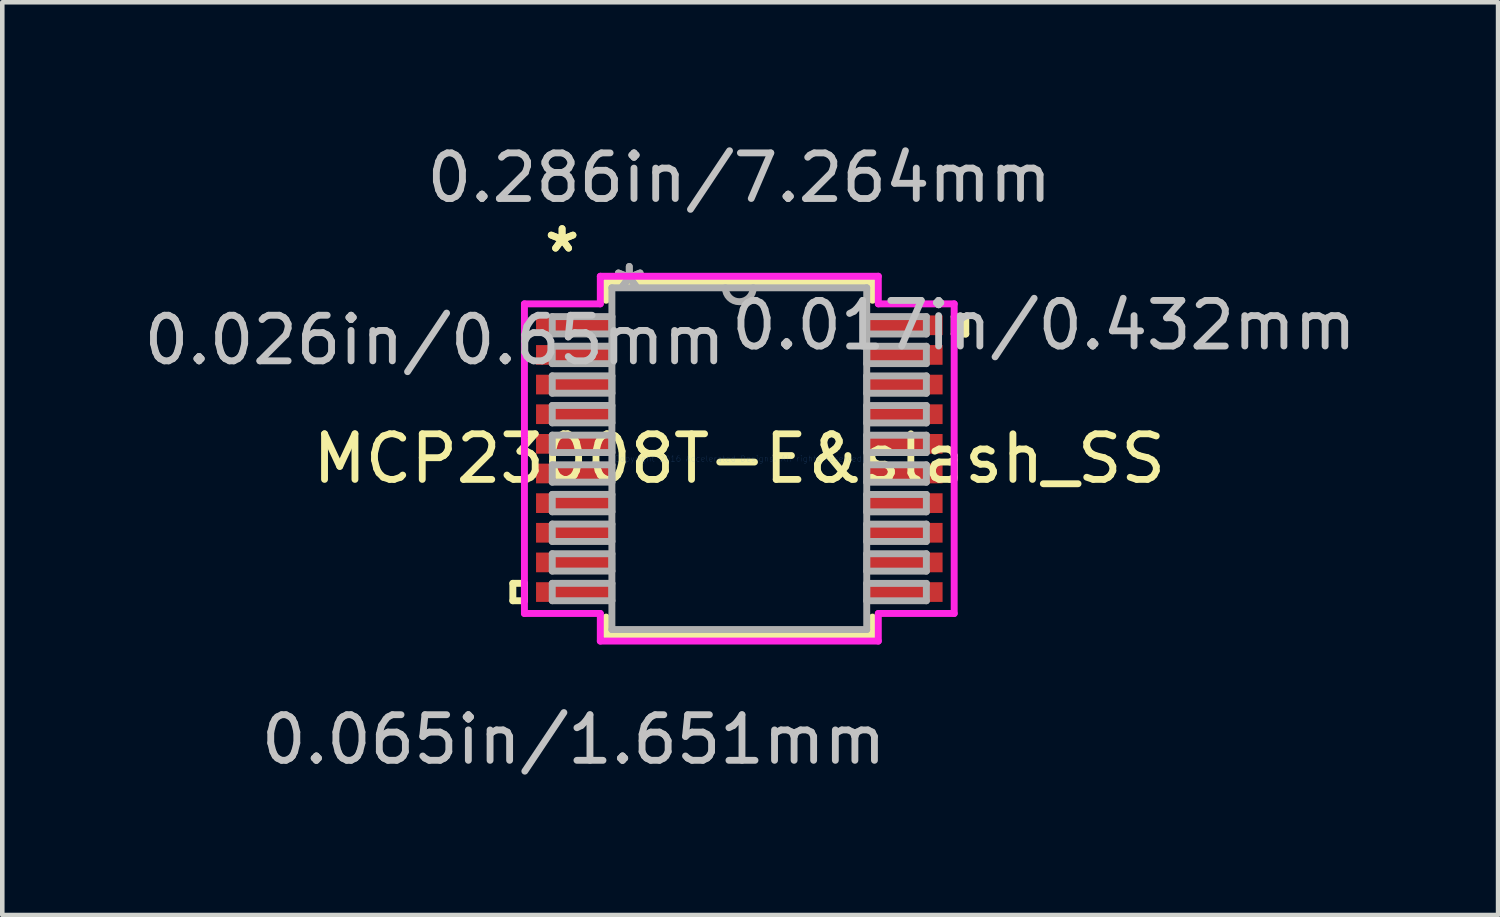
<source format=kicad_pcb>
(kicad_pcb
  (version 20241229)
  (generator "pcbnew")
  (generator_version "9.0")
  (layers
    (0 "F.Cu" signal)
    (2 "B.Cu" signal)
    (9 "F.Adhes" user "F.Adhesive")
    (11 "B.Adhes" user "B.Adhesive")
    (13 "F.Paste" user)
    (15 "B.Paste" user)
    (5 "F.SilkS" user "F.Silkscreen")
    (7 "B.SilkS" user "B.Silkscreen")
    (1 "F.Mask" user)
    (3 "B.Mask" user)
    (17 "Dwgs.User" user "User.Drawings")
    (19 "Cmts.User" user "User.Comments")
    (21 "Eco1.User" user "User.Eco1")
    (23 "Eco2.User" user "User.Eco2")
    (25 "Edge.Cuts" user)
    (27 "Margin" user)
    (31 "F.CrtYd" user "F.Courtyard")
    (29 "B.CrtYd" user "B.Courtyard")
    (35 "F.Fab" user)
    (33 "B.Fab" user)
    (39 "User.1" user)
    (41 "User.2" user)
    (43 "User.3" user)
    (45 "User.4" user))
  (footprint "MCP23008T-E&slash_SS"
    (layer "F.Cu")
    (at 13.162 7.008)
    (property "Reference" "MCP23008T-E&slash_SS" (at 0 0 0) (layer "F.SilkS") (effects (font (size 1 1) (thickness 0.15))))
    (attr through_hole)
    (fp_line (start -4.966 2.734) (end -4.966 3.115) (stroke (width 0.152) (type solid)) (layer "F.SilkS"))
    (fp_line (start -4.966 3.115) (end -4.712 3.115) (stroke (width 0.152) (type solid)) (layer "F.SilkS"))
    (fp_line (start -4.712 2.734) (end -4.966 2.734) (stroke (width 0.152) (type solid)) (layer "F.SilkS"))
    (fp_line (start -4.712 3.115) (end -4.712 2.734) (stroke (width 0.152) (type solid)) (layer "F.SilkS"))
    (fp_line (start -2.921 -3.873) (end -2.921 -3.474) (stroke (width 0.152) (type solid)) (layer "F.SilkS"))
    (fp_line (start -2.921 3.474) (end -2.921 3.873) (stroke (width 0.152) (type solid)) (layer "F.SilkS"))
    (fp_line (start -2.921 3.873) (end 2.921 3.873) (stroke (width 0.152) (type solid)) (layer "F.SilkS"))
    (fp_line (start 2.921 -3.873) (end -2.921 -3.873) (stroke (width 0.152) (type solid)) (layer "F.SilkS"))
    (fp_line (start 2.921 -3.474) (end 2.921 -3.873) (stroke (width 0.152) (type solid)) (layer "F.SilkS"))
    (fp_line (start 2.921 3.873) (end 2.921 3.474) (stroke (width 0.152) (type solid)) (layer "F.SilkS"))
    (fp_line (start 4.712 -3.115) (end 4.966 -3.115) (stroke (width 0.152) (type solid)) (layer "F.SilkS"))
    (fp_line (start 4.712 -2.734) (end 4.712 -3.115) (stroke (width 0.152) (type solid)) (layer "F.SilkS"))
    (fp_line (start 4.966 -3.115) (end 4.966 -2.734) (stroke (width 0.152) (type solid)) (layer "F.SilkS"))
    (fp_line (start 4.966 -2.734) (end 4.712 -2.734) (stroke (width 0.152) (type solid)) (layer "F.SilkS"))
    (fp_line (start -4.712 -3.395) (end -3.048 -3.395) (stroke (width 0.152) (type solid)) (layer "F.CrtYd"))
    (fp_line (start -4.712 3.395) (end -4.712 -3.395) (stroke (width 0.152) (type solid)) (layer "F.CrtYd"))
    (fp_line (start -3.048 -4) (end 3.048 -4) (stroke (width 0.152) (type solid)) (layer "F.CrtYd"))
    (fp_line (start -3.048 -3.395) (end -3.048 -4) (stroke (width 0.152) (type solid)) (layer "F.CrtYd"))
    (fp_line (start -3.048 3.395) (end -4.712 3.395) (stroke (width 0.152) (type solid)) (layer "F.CrtYd"))
    (fp_line (start -3.048 4) (end -3.048 3.395) (stroke (width 0.152) (type solid)) (layer "F.CrtYd"))
    (fp_line (start 3.048 -4) (end 3.048 -3.395) (stroke (width 0.152) (type solid)) (layer "F.CrtYd"))
    (fp_line (start 3.048 -3.395) (end 4.712 -3.395) (stroke (width 0.152) (type solid)) (layer "F.CrtYd"))
    (fp_line (start 3.048 3.395) (end 3.048 4) (stroke (width 0.152) (type solid)) (layer "F.CrtYd"))
    (fp_line (start 3.048 4) (end -3.048 4) (stroke (width 0.152) (type solid)) (layer "F.CrtYd"))
    (fp_line (start 4.712 -3.395) (end 4.712 3.395) (stroke (width 0.152) (type solid)) (layer "F.CrtYd"))
    (fp_line (start 4.712 3.395) (end 3.048 3.395) (stroke (width 0.152) (type solid)) (layer "F.CrtYd"))
    (fp_line (start -4.102 -3.116) (end -4.102 -2.735) (stroke (width 0.152) (type solid)) (layer "F.Fab"))
    (fp_line (start -4.102 -2.735) (end -2.794 -2.735) (stroke (width 0.152) (type solid)) (layer "F.Fab"))
    (fp_line (start -4.102 -2.466) (end -4.102 -2.084) (stroke (width 0.152) (type solid)) (layer "F.Fab"))
    (fp_line (start -4.102 -2.084) (end -2.794 -2.084) (stroke (width 0.152) (type solid)) (layer "F.Fab"))
    (fp_line (start -4.102 -1.816) (end -4.102 -1.435) (stroke (width 0.152) (type solid)) (layer "F.Fab"))
    (fp_line (start -4.102 -1.435) (end -2.794 -1.435) (stroke (width 0.152) (type solid)) (layer "F.Fab"))
    (fp_line (start -4.102 -1.166) (end -4.102 -0.785) (stroke (width 0.152) (type solid)) (layer "F.Fab"))
    (fp_line (start -4.102 -0.785) (end -2.794 -0.785) (stroke (width 0.152) (type solid)) (layer "F.Fab"))
    (fp_line (start -4.102 -0.516) (end -4.102 -0.135) (stroke (width 0.152) (type solid)) (layer "F.Fab"))
    (fp_line (start -4.102 -0.135) (end -2.794 -0.135) (stroke (width 0.152) (type solid)) (layer "F.Fab"))
    (fp_line (start -4.102 0.134) (end -4.102 0.515) (stroke (width 0.152) (type solid)) (layer "F.Fab"))
    (fp_line (start -4.102 0.515) (end -2.794 0.515) (stroke (width 0.152) (type solid)) (layer "F.Fab"))
    (fp_line (start -4.102 0.784) (end -4.102 1.165) (stroke (width 0.152) (type solid)) (layer "F.Fab"))
    (fp_line (start -4.102 1.165) (end -2.794 1.165) (stroke (width 0.152) (type solid)) (layer "F.Fab"))
    (fp_line (start -4.102 1.434) (end -4.102 1.815) (stroke (width 0.152) (type solid)) (layer "F.Fab"))
    (fp_line (start -4.102 1.815) (end -2.794 1.815) (stroke (width 0.152) (type solid)) (layer "F.Fab"))
    (fp_line (start -4.102 2.084) (end -4.102 2.465) (stroke (width 0.152) (type solid)) (layer "F.Fab"))
    (fp_line (start -4.102 2.465) (end -2.794 2.465) (stroke (width 0.152) (type solid)) (layer "F.Fab"))
    (fp_line (start -4.102 2.734) (end -4.102 3.115) (stroke (width 0.152) (type solid)) (layer "F.Fab"))
    (fp_line (start -4.102 3.115) (end -2.794 3.115) (stroke (width 0.152) (type solid)) (layer "F.Fab"))
    (fp_line (start -2.794 -3.747) (end -2.794 3.747) (stroke (width 0.152) (type solid)) (layer "F.Fab"))
    (fp_line (start -2.794 -3.116) (end -4.102 -3.116) (stroke (width 0.152) (type solid)) (layer "F.Fab"))
    (fp_line (start -2.794 -2.735) (end -2.794 -3.116) (stroke (width 0.152) (type solid)) (layer "F.Fab"))
    (fp_line (start -2.794 -2.466) (end -4.102 -2.466) (stroke (width 0.152) (type solid)) (layer "F.Fab"))
    (fp_line (start -2.794 -2.084) (end -2.794 -2.466) (stroke (width 0.152) (type solid)) (layer "F.Fab"))
    (fp_line (start -2.794 -1.816) (end -4.102 -1.816) (stroke (width 0.152) (type solid)) (layer "F.Fab"))
    (fp_line (start -2.794 -1.435) (end -2.794 -1.816) (stroke (width 0.152) (type solid)) (layer "F.Fab"))
    (fp_line (start -2.794 -1.166) (end -4.102 -1.166) (stroke (width 0.152) (type solid)) (layer "F.Fab"))
    (fp_line (start -2.794 -0.785) (end -2.794 -1.166) (stroke (width 0.152) (type solid)) (layer "F.Fab"))
    (fp_line (start -2.794 -0.516) (end -4.102 -0.516) (stroke (width 0.152) (type solid)) (layer "F.Fab"))
    (fp_line (start -2.794 -0.135) (end -2.794 -0.516) (stroke (width 0.152) (type solid)) (layer "F.Fab"))
    (fp_line (start -2.794 0.134) (end -4.102 0.134) (stroke (width 0.152) (type solid)) (layer "F.Fab"))
    (fp_line (start -2.794 0.515) (end -2.794 0.134) (stroke (width 0.152) (type solid)) (layer "F.Fab"))
    (fp_line (start -2.794 0.784) (end -4.102 0.784) (stroke (width 0.152) (type solid)) (layer "F.Fab"))
    (fp_line (start -2.794 1.165) (end -2.794 0.784) (stroke (width 0.152) (type solid)) (layer "F.Fab"))
    (fp_line (start -2.794 1.434) (end -4.102 1.434) (stroke (width 0.152) (type solid)) (layer "F.Fab"))
    (fp_line (start -2.794 1.815) (end -2.794 1.434) (stroke (width 0.152) (type solid)) (layer "F.Fab"))
    (fp_line (start -2.794 2.084) (end -4.102 2.084) (stroke (width 0.152) (type solid)) (layer "F.Fab"))
    (fp_line (start -2.794 2.465) (end -2.794 2.084) (stroke (width 0.152) (type solid)) (layer "F.Fab"))
    (fp_line (start -2.794 2.734) (end -4.102 2.734) (stroke (width 0.152) (type solid)) (layer "F.Fab"))
    (fp_line (start -2.794 3.115) (end -2.794 2.734) (stroke (width 0.152) (type solid)) (layer "F.Fab"))
    (fp_line (start -2.794 3.747) (end 2.794 3.747) (stroke (width 0.152) (type solid)) (layer "F.Fab"))
    (fp_line (start 2.794 -3.747) (end -2.794 -3.747) (stroke (width 0.152) (type solid)) (layer "F.Fab"))
    (fp_line (start 2.794 -3.115) (end 2.794 -2.734) (stroke (width 0.152) (type solid)) (layer "F.Fab"))
    (fp_line (start 2.794 -2.734) (end 4.102 -2.734) (stroke (width 0.152) (type solid)) (layer "F.Fab"))
    (fp_line (start 2.794 -2.465) (end 2.794 -2.084) (stroke (width 0.152) (type solid)) (layer "F.Fab"))
    (fp_line (start 2.794 -2.084) (end 4.102 -2.084) (stroke (width 0.152) (type solid)) (layer "F.Fab"))
    (fp_line (start 2.794 -1.815) (end 2.794 -1.434) (stroke (width 0.152) (type solid)) (layer "F.Fab"))
    (fp_line (start 2.794 -1.434) (end 4.102 -1.434) (stroke (width 0.152) (type solid)) (layer "F.Fab"))
    (fp_line (start 2.794 -1.165) (end 2.794 -0.784) (stroke (width 0.152) (type solid)) (layer "F.Fab"))
    (fp_line (start 2.794 -0.784) (end 4.102 -0.784) (stroke (width 0.152) (type solid)) (layer "F.Fab"))
    (fp_line (start 2.794 -0.515) (end 2.794 -0.134) (stroke (width 0.152) (type solid)) (layer "F.Fab"))
    (fp_line (start 2.794 -0.134) (end 4.102 -0.134) (stroke (width 0.152) (type solid)) (layer "F.Fab"))
    (fp_line (start 2.794 0.135) (end 2.794 0.516) (stroke (width 0.152) (type solid)) (layer "F.Fab"))
    (fp_line (start 2.794 0.516) (end 4.102 0.516) (stroke (width 0.152) (type solid)) (layer "F.Fab"))
    (fp_line (start 2.794 0.785) (end 2.794 1.166) (stroke (width 0.152) (type solid)) (layer "F.Fab"))
    (fp_line (start 2.794 1.166) (end 4.102 1.166) (stroke (width 0.152) (type solid)) (layer "F.Fab"))
    (fp_line (start 2.794 1.435) (end 2.794 1.816) (stroke (width 0.152) (type solid)) (layer "F.Fab"))
    (fp_line (start 2.794 1.816) (end 4.102 1.816) (stroke (width 0.152) (type solid)) (layer "F.Fab"))
    (fp_line (start 2.794 2.085) (end 2.794 2.466) (stroke (width 0.152) (type solid)) (layer "F.Fab"))
    (fp_line (start 2.794 2.466) (end 4.102 2.466) (stroke (width 0.152) (type solid)) (layer "F.Fab"))
    (fp_line (start 2.794 2.735) (end 2.794 3.116) (stroke (width 0.152) (type solid)) (layer "F.Fab"))
    (fp_line (start 2.794 3.116) (end 4.102 3.116) (stroke (width 0.152) (type solid)) (layer "F.Fab"))
    (fp_line (start 2.794 3.747) (end 2.794 -3.747) (stroke (width 0.152) (type solid)) (layer "F.Fab"))
    (fp_line (start 4.102 -3.115) (end 2.794 -3.115) (stroke (width 0.152) (type solid)) (layer "F.Fab"))
    (fp_line (start 4.102 -2.734) (end 4.102 -3.115) (stroke (width 0.152) (type solid)) (layer "F.Fab"))
    (fp_line (start 4.102 -2.465) (end 2.794 -2.465) (stroke (width 0.152) (type solid)) (layer "F.Fab"))
    (fp_line (start 4.102 -2.084) (end 4.102 -2.465) (stroke (width 0.152) (type solid)) (layer "F.Fab"))
    (fp_line (start 4.102 -1.815) (end 2.794 -1.815) (stroke (width 0.152) (type solid)) (layer "F.Fab"))
    (fp_line (start 4.102 -1.434) (end 4.102 -1.815) (stroke (width 0.152) (type solid)) (layer "F.Fab"))
    (fp_line (start 4.102 -1.165) (end 2.794 -1.165) (stroke (width 0.152) (type solid)) (layer "F.Fab"))
    (fp_line (start 4.102 -0.784) (end 4.102 -1.165) (stroke (width 0.152) (type solid)) (layer "F.Fab"))
    (fp_line (start 4.102 -0.515) (end 2.794 -0.515) (stroke (width 0.152) (type solid)) (layer "F.Fab"))
    (fp_line (start 4.102 -0.134) (end 4.102 -0.515) (stroke (width 0.152) (type solid)) (layer "F.Fab"))
    (fp_line (start 4.102 0.135) (end 2.794 0.135) (stroke (width 0.152) (type solid)) (layer "F.Fab"))
    (fp_line (start 4.102 0.516) (end 4.102 0.135) (stroke (width 0.152) (type solid)) (layer "F.Fab"))
    (fp_line (start 4.102 0.785) (end 2.794 0.785) (stroke (width 0.152) (type solid)) (layer "F.Fab"))
    (fp_line (start 4.102 1.166) (end 4.102 0.785) (stroke (width 0.152) (type solid)) (layer "F.Fab"))
    (fp_line (start 4.102 1.435) (end 2.794 1.435) (stroke (width 0.152) (type solid)) (layer "F.Fab"))
    (fp_line (start 4.102 1.816) (end 4.102 1.435) (stroke (width 0.152) (type solid)) (layer "F.Fab"))
    (fp_line (start 4.102 2.085) (end 2.794 2.085) (stroke (width 0.152) (type solid)) (layer "F.Fab"))
    (fp_line (start 4.102 2.466) (end 4.102 2.085) (stroke (width 0.152) (type solid)) (layer "F.Fab"))
    (fp_line (start 4.102 2.735) (end 2.794 2.735) (stroke (width 0.152) (type solid)) (layer "F.Fab"))
    (fp_line (start 4.102 3.116) (end 4.102 2.735) (stroke (width 0.152) (type solid)) (layer "F.Fab"))
    (fp_arc (start 0.3048 -3.7465) (mid 0 -3.4417) (end -0.3048 -3.7465) (stroke (width 0.1524) (type solid)) (layer "F.Fab"))
    (fp_text user "*" (at -3.886 -4.5 0) (layer "F.SilkS") (effects (font (size 1 1) (thickness 0.15))))
    (fp_text user "*" (at -3.886 -4.5 0) (layer "F.SilkS") (effects (font (size 1 1) (thickness 0.15))))
    (fp_text user "0.017in/0.432mm" (at 6.68 -2.925 0) (layer "Dwgs.User") (effects (font (size 1 1) (thickness 0.15))))
    (fp_text user "0.065in/1.651mm" (at -3.632 6.16 0) (layer "Dwgs.User") (effects (font (size 1 1) (thickness 0.15))))
    (fp_text user "0.026in/0.65mm" (at -6.68 -2.6 0) (layer "Dwgs.User") (effects (font (size 1 1) (thickness 0.15))))
    (fp_text user "0.286in/7.264mm" (at 0 -6.16 0) (layer "Dwgs.User") (effects (font (size 1 1) (thickness 0.15))))
    (fp_text user "Copyright 2016 Accelerated Designs. All rights reserved." (at 0 0 0) (layer "Cmts.User") (effects (font (size 0.127 0.127) (thickness 0.002))))
    (fp_text user "*" (at -2.413 -3.67 0) (layer "F.Fab") (effects (font (size 1 1) (thickness 0.15))))
    (fp_text user "*" (at -2.413 -3.67 0) (layer "F.Fab") (effects (font (size 1 1) (thickness 0.15))))
    (pad "1" smd rect (at -3.632 -2.925) (size 1.651 0.432) (layers "F.Cu" "F.Mask" "F.Paste"))
    (pad "2" smd rect (at -3.632 -2.275) (size 1.651 0.432) (layers "F.Cu" "F.Mask" "F.Paste"))
    (pad "3" smd rect (at -3.632 -1.625) (size 1.651 0.432) (layers "F.Cu" "F.Mask" "F.Paste"))
    (pad "4" smd rect (at -3.632 -0.975) (size 1.651 0.432) (layers "F.Cu" "F.Mask" "F.Paste"))
    (pad "5" smd rect (at -3.632 -0.325) (size 1.651 0.432) (layers "F.Cu" "F.Mask" "F.Paste"))
    (pad "6" smd rect (at -3.632 0.325) (size 1.651 0.432) (layers "F.Cu" "F.Mask" "F.Paste"))
    (pad "7" smd rect (at -3.632 0.975) (size 1.651 0.432) (layers "F.Cu" "F.Mask" "F.Paste"))
    (pad "8" smd rect (at -3.632 1.625) (size 1.651 0.432) (layers "F.Cu" "F.Mask" "F.Paste"))
    (pad "9" smd rect (at -3.632 2.275) (size 1.651 0.432) (layers "F.Cu" "F.Mask" "F.Paste"))
    (pad "10" smd rect (at -3.632 2.925) (size 1.651 0.432) (layers "F.Cu" "F.Mask" "F.Paste"))
    (pad "11" smd rect (at 3.632 2.925) (size 1.651 0.432) (layers "F.Cu" "F.Mask" "F.Paste"))
    (pad "12" smd rect (at 3.632 2.275) (size 1.651 0.432) (layers "F.Cu" "F.Mask" "F.Paste"))
    (pad "13" smd rect (at 3.632 1.625) (size 1.651 0.432) (layers "F.Cu" "F.Mask" "F.Paste"))
    (pad "14" smd rect (at 3.632 0.975) (size 1.651 0.432) (layers "F.Cu" "F.Mask" "F.Paste"))
    (pad "15" smd rect (at 3.632 0.325) (size 1.651 0.432) (layers "F.Cu" "F.Mask" "F.Paste"))
    (pad "16" smd rect (at 3.632 -0.325) (size 1.651 0.432) (layers "F.Cu" "F.Mask" "F.Paste"))
    (pad "17" smd rect (at 3.632 -0.975) (size 1.651 0.432) (layers "F.Cu" "F.Mask" "F.Paste"))
    (pad "18" smd rect (at 3.632 -1.625) (size 1.651 0.432) (layers "F.Cu" "F.Mask" "F.Paste"))
    (pad "19" smd rect (at 3.632 -2.275) (size 1.651 0.432) (layers "F.Cu" "F.Mask" "F.Paste"))
    (pad "20" smd rect (at 3.632 -2.925) (size 1.651 0.432) (layers "F.Cu" "F.Mask" "F.Paste")))
  (gr_rect
    (start -3 -3)
    (end 29.801 17.015)
    (stroke (width 0.1) (type default))
    (fill no)
    (layer "Edge.Cuts")))
</source>
